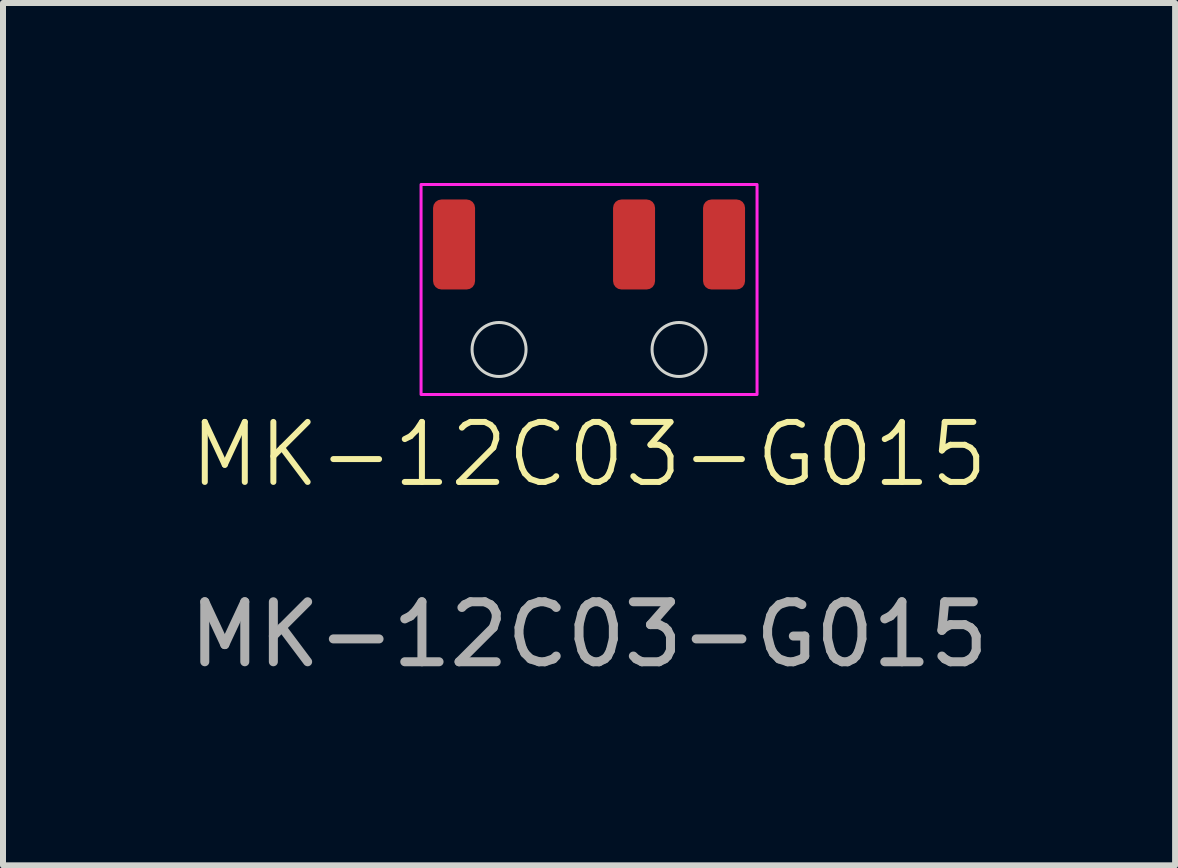
<source format=kicad_pcb>
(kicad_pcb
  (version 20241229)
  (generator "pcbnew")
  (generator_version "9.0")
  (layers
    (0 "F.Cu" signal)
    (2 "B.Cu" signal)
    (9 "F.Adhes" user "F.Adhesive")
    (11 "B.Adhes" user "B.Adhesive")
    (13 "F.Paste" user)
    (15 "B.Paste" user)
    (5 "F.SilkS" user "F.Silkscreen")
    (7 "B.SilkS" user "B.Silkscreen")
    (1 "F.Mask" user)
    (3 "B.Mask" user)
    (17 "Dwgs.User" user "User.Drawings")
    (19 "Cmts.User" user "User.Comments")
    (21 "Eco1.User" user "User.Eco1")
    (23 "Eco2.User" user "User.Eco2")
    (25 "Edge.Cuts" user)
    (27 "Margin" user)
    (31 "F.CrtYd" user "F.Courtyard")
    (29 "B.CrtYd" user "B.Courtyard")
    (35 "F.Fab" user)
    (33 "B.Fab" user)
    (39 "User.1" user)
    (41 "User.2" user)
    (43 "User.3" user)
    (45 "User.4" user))
  (footprint "MK-12C03-G015"
    (layer "F.Cu")
    (at 6.768 5.025)
    (property "Reference" "MK-12C03-G015" (at 0 -0.5 0) (unlocked yes) (layer "F.SilkS") (effects (font (size 1 1) (thickness 0.1))))
    (attr smd)
    (fp_circle (center -1.5 -2.25) (end -1.05 -2.25) (stroke (width 0.05) (type default)) (fill no) (layer "Edge.Cuts"))
    (fp_circle (center 1.5 -2.25) (end 1.95 -2.25) (stroke (width 0.05) (type default)) (fill no) (layer "Edge.Cuts"))
    (fp_rect (start -2.8 -5) (end 2.8 -1.5) (stroke (width 0.05) (type default)) (fill no) (layer "F.CrtYd"))
    (fp_text user "${REFERENCE}" (at 0 2.5 0) (unlocked yes) (layer "F.Fab") (effects (font (size 1 1) (thickness 0.15))))
    (pad "1" smd roundrect (at -2.25 -4 270) (size 1.5 0.7) (layers "F.Cu" "F.Mask" "F.Paste") (roundrect_rratio 0.2))
    (pad "2" smd roundrect (at 0.75 -4 270) (size 1.5 0.7) (layers "F.Cu" "F.Mask" "F.Paste") (roundrect_rratio 0.2))
    (pad "3" smd roundrect (at 2.25 -4 270) (size 1.5 0.7) (layers "F.Cu" "F.Mask" "F.Paste") (roundrect_rratio 0.2)))
  (gr_rect
    (start -3 -3)
    (end 16.536 11.373)
    (stroke (width 0.1) (type default))
    (fill no)
    (layer "Edge.Cuts")))
</source>
